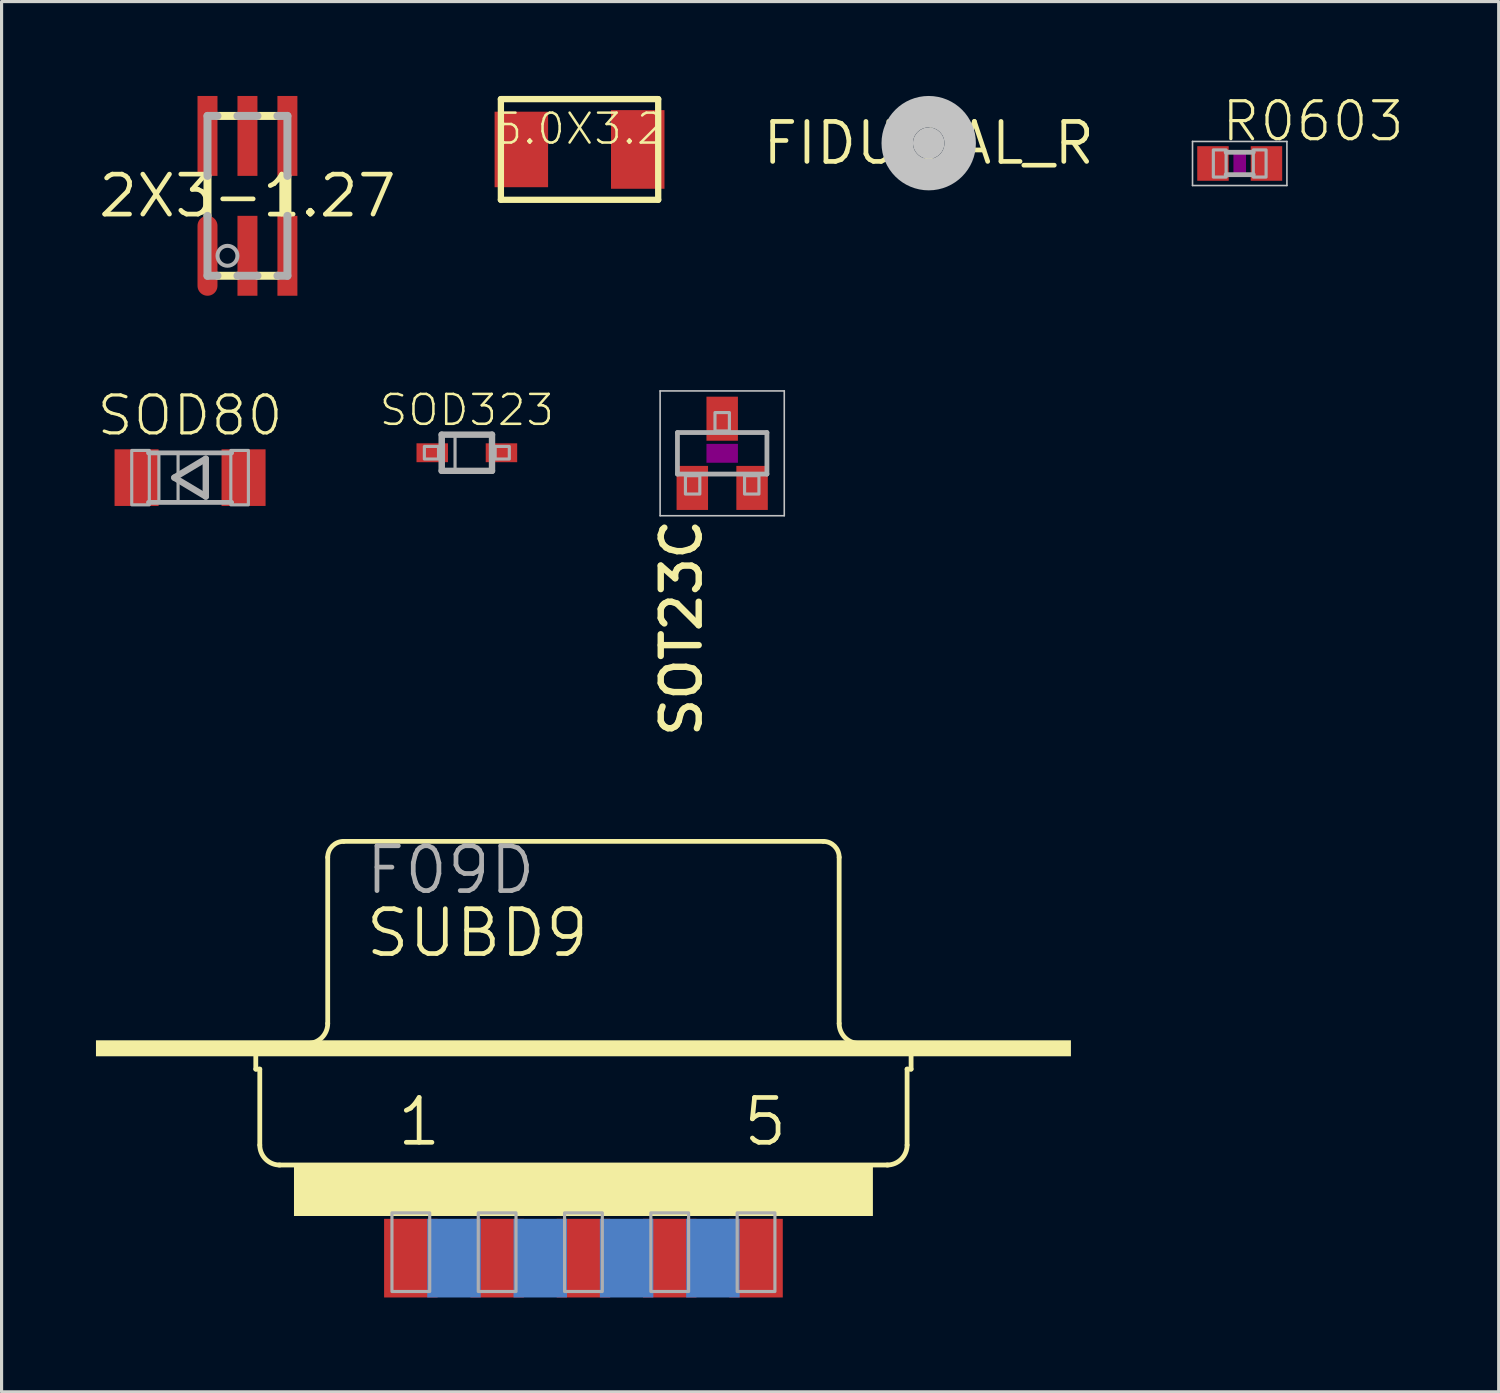
<source format=kicad_pcb>
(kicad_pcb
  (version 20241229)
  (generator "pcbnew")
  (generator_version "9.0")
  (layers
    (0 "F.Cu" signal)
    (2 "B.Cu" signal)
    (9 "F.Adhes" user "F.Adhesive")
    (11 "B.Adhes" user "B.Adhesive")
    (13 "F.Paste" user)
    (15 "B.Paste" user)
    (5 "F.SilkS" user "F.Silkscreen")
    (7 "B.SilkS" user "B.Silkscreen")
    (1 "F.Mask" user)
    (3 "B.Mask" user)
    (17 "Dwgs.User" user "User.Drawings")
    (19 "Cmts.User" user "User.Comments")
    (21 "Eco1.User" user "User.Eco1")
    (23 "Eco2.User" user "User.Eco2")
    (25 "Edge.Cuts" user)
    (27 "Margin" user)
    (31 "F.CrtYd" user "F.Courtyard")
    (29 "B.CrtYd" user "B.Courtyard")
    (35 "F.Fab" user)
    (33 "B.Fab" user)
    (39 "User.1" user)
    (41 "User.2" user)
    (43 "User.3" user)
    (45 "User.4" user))
  (footprint "SOD323"
    (layer "F.Cu")
    (at 11.788 11.34)
    (property "Reference" "SOD323" (at 0 -0.8 0) (layer "F.SilkS") (effects (font (size 0.95 0.95) (thickness 0.08)) (justify bottom)))
    (attr through_hole)
    (fp_line (start -0.8 -0.575) (end 0.8 -0.575) (stroke (width 0.203) (type solid)) (layer "F.Fab"))
    (fp_line (start -0.8 0.575) (end -0.8 -0.575) (stroke (width 0.203) (type solid)) (layer "F.Fab"))
    (fp_line (start 0.8 -0.575) (end 0.8 0.575) (stroke (width 0.203) (type solid)) (layer "F.Fab"))
    (fp_line (start 0.8 0.575) (end -0.8 0.575) (stroke (width 0.203) (type solid)) (layer "F.Fab"))
    (fp_poly (pts (xy -1.35 0.2) (xy -0.9 0.2) (xy -0.9 -0.2) (xy -1.35 -0.2)) (stroke (width 0.1) (type solid)) (fill no) (layer "F.Fab"))
    (fp_poly (pts (xy -0.75 0.575) (xy -0.375 0.575) (xy -0.375 -0.575) (xy -0.75 -0.575)) (stroke (width 0.1) (type solid)) (fill no) (layer "F.Fab"))
    (fp_poly (pts (xy 0.9 0.2) (xy 1.35 0.2) (xy 1.35 -0.2) (xy 0.9 -0.2)) (stroke (width 0.1) (type solid)) (fill no) (layer "F.Fab"))
    (pad "A" smd rect (at 1.1 0) (size 1 0.6) (layers "F.Cu" "F.Mask" "F.Paste"))
    (pad "C" smd rect (at -1.1 0) (size 1 0.6) (layers "F.Cu" "F.Mask" "F.Paste")))
  (footprint "R0603"
    (layer "F.Cu")
    (at 36.353 2.146)
    (property "Reference" "R0603" (at -0.635 -0.635 0) (layer "F.SilkS") (effects (font (size 1.206 1.206) (thickness 0.102)) (justify left bottom)))
    (attr through_hole)
    (fp_poly (pts (xy -0.2 0.4) (xy 0.2 0.4) (xy 0.2 -0.4) (xy -0.2 -0.4)) (stroke (width 0) (type solid)) (fill yes) (layer "F.Adhes"))
    (fp_line (start -1.5 -0.7) (end 1.5 -0.7) (stroke (width 0.051) (type solid)) (layer "Dwgs.User"))
    (fp_line (start -1.5 0.7) (end -1.5 -0.7) (stroke (width 0.051) (type solid)) (layer "Dwgs.User"))
    (fp_line (start 1.5 -0.7) (end 1.5 0.7) (stroke (width 0.051) (type solid)) (layer "Dwgs.User"))
    (fp_line (start 1.5 0.7) (end -1.5 0.7) (stroke (width 0.051) (type solid)) (layer "Dwgs.User"))
    (fp_line (start -0.432 0.356) (end 0.432 0.356) (stroke (width 0.152) (type solid)) (layer "F.Fab"))
    (fp_line (start 0.432 -0.356) (end -0.432 -0.356) (stroke (width 0.152) (type solid)) (layer "F.Fab"))
    (fp_poly (pts (xy -0.838 0.432) (xy -0.432 0.432) (xy -0.432 -0.432) (xy -0.838 -0.432)) (stroke (width 0.1) (type solid)) (fill no) (layer "F.Fab"))
    (fp_poly (pts (xy 0.432 0.432) (xy 0.838 0.432) (xy 0.838 -0.432) (xy 0.432 -0.432)) (stroke (width 0.1) (type solid)) (fill no) (layer "F.Fab"))
    (pad "1" smd rect (at -0.85 0) (size 1 1.1) (layers "F.Cu" "F.Mask" "F.Paste"))
    (pad "2" smd rect (at 0.85 0) (size 1 1.1) (layers "F.Cu" "F.Mask" "F.Paste")))
  (footprint "5.0X3.2"
    (layer "F.Cu")
    (at 15.37 1.7)
    (property "Reference" "5.0X3.2" (at 0 -0.1 0) (layer "F.SilkS") (effects (font (size 0.95 0.95) (thickness 0.08)) (justify bottom)))
    (attr through_hole)
    (fp_line (start -2.5 -1.6) (end -2.5 1.6) (stroke (width 0.2) (type solid)) (layer "F.SilkS"))
    (fp_line (start -2.5 1.6) (end 2.5 1.6) (stroke (width 0.2) (type solid)) (layer "F.SilkS"))
    (fp_line (start 2.5 -1.6) (end -2.5 -1.6) (stroke (width 0.2) (type solid)) (layer "F.SilkS"))
    (fp_line (start 2.5 1.6) (end 2.5 -1.6) (stroke (width 0.2) (type solid)) (layer "F.SilkS"))
    (pad "1" smd rect (at -1.85 0) (size 1.7 2.4) (layers "F.Cu" "F.Mask" "F.Paste"))
    (pad "2" smd rect (at 1.85 0) (size 1.7 2.5) (layers "F.Cu" "F.Mask" "F.Paste")))
  (footprint "FIDUCIAL_R"
    (layer "F.Cu")
    (at 26.468 1.5)
    (property "Reference" "FIDUCIAL_R" (at 0 0 0) (layer "F.SilkS") (effects (font (size 1.27 1.27) (thickness 0.15))))
    (attr through_hole)
    (fp_circle (center 0 0) (end 1.5 0) (stroke (width 0) (type solid)) (fill yes) (layer "F.Mask"))
    (fp_circle (center 0 0) (end 0.5 0) (stroke (width 0) (type solid)) (fill yes) (layer "Dwgs.User"))
    (fp_circle (center 0 0) (end 1 0) (stroke (width 1) (type solid)) (fill no) (layer "Dwgs.User")))
  (footprint "SOD80"
    (layer "F.Cu")
    (at 2.991 12.131)
    (property "Reference" "SOD80" (at 0 -1.27 0) (layer "F.SilkS") (effects (font (size 1.206 1.206) (thickness 0.102)) (justify bottom)))
    (attr through_hole)
    (fp_line (start -0.5 0) (end 0.5 0.6) (stroke (width 0.203) (type solid)) (layer "F.Fab"))
    (fp_line (start 0.5 -0.6) (end -0.5 0) (stroke (width 0.203) (type solid)) (layer "F.Fab"))
    (fp_line (start 0.5 0.6) (end 0.5 -0.6) (stroke (width 0.203) (type solid)) (layer "F.Fab"))
    (fp_line (start 1.321 -0.787) (end -1.321 -0.787) (stroke (width 0.152) (type solid)) (layer "F.Fab"))
    (fp_line (start 1.321 0.787) (end -1.321 0.787) (stroke (width 0.152) (type solid)) (layer "F.Fab"))
    (fp_poly (pts (xy -1.854 0.864) (xy -1.295 0.864) (xy -1.295 -0.864) (xy -1.854 -0.864)) (stroke (width 0.1) (type solid)) (fill no) (layer "F.Fab"))
    (fp_poly (pts (xy -0.991 0.787) (xy -0.381 0.787) (xy -0.381 -0.787) (xy -0.991 -0.787)) (stroke (width 0.1) (type solid)) (fill no) (layer "F.Fab"))
    (fp_poly (pts (xy 1.295 0.864) (xy 1.854 0.864) (xy 1.854 -0.864) (xy 1.295 -0.864)) (stroke (width 0.1) (type solid)) (fill no) (layer "F.Fab"))
    (pad "A" smd rect (at 1.7 0) (size 1.4 1.8) (layers "F.Cu" "F.Mask" "F.Paste"))
    (pad "C" smd rect (at -1.7 0) (size 1.4 1.8) (layers "F.Cu" "F.Mask" "F.Paste")))
  (footprint "SOT23C"
    (layer "F.Cu")
    (at 19.904 11.358)
    (property "Reference" "SOT23C" (at -2 2 90) (layer "F.SilkS") (effects (font (size 1.206 1.206) (thickness 0.203)) (justify right top)))
    (attr through_hole)
    (fp_poly (pts (xy -0.5 0.3) (xy 0.5 0.3) (xy 0.5 -0.3) (xy -0.5 -0.3)) (stroke (width 0) (type solid)) (fill yes) (layer "F.Adhes"))
    (fp_line (start -1.973 -1.983) (end 1.973 -1.983) (stroke (width 0.051) (type solid)) (layer "Dwgs.User"))
    (fp_line (start -1.973 1.983) (end -1.973 -1.983) (stroke (width 0.051) (type solid)) (layer "Dwgs.User"))
    (fp_line (start 1.973 -1.983) (end 1.973 1.983) (stroke (width 0.051) (type solid)) (layer "Dwgs.User"))
    (fp_line (start 1.973 1.983) (end -1.973 1.983) (stroke (width 0.051) (type solid)) (layer "Dwgs.User"))
    (fp_line (start -1.422 -0.66) (end 1.422 -0.66) (stroke (width 0.152) (type solid)) (layer "F.Fab"))
    (fp_line (start -1.422 0.66) (end -1.422 -0.66) (stroke (width 0.152) (type solid)) (layer "F.Fab"))
    (fp_line (start 1.422 -0.66) (end 1.422 0.66) (stroke (width 0.152) (type solid)) (layer "F.Fab"))
    (fp_line (start 1.422 0.66) (end -1.422 0.66) (stroke (width 0.152) (type solid)) (layer "F.Fab"))
    (fp_poly (pts (xy -1.168 1.295) (xy -0.711 1.295) (xy -0.711 0.711) (xy -1.168 0.711)) (stroke (width 0.1) (type solid)) (fill no) (layer "F.Fab"))
    (fp_poly (pts (xy -0.229 -0.711) (xy 0.229 -0.711) (xy 0.229 -1.295) (xy -0.229 -1.295)) (stroke (width 0.1) (type solid)) (fill no) (layer "F.Fab"))
    (fp_poly (pts (xy 0.711 1.295) (xy 1.168 1.295) (xy 1.168 0.711) (xy 0.711 0.711)) (stroke (width 0.1) (type solid)) (fill no) (layer "F.Fab"))
    (pad "1" smd rect (at -0.95 1.1) (size 1 1.4) (layers "F.Cu" "F.Mask" "F.Paste"))
    (pad "2" smd rect (at 0.95 1.1) (size 1 1.4) (layers "F.Cu" "F.Mask" "F.Paste"))
    (pad "3" smd rect (at 0 -1.1) (size 1 1.4) (layers "F.Cu" "F.Mask" "F.Paste")))
  (footprint "SUBD9"
    (layer "F.Cu")
    (at 15.494 31.439)
    (property "Reference" "SUBD9" (at -7 -4 0) (layer "F.SilkS") (effects (font (size 1.425 1.425) (thickness 0.15)) (justify left bottom)))
    (attr through_hole)
    (fp_line (start -10.414 -0.508) (end -10.414 -1.016) (stroke (width 0.152) (type solid)) (layer "F.SilkS"))
    (fp_line (start -10.414 -0.508) (end -10.287 -0.508) (stroke (width 0.152) (type solid)) (layer "F.SilkS"))
    (fp_line (start -10.287 1.905) (end -10.287 -0.508) (stroke (width 0.152) (type solid)) (layer "F.SilkS"))
    (fp_line (start -9.671 2.54) (end 9.671 2.54) (stroke (width 0.152) (type solid)) (layer "F.SilkS"))
    (fp_line (start -8.128 -1.959) (end -8.128 -7.239) (stroke (width 0.152) (type solid)) (layer "F.SilkS"))
    (fp_line (start -7.62 -7.747) (end 7.62 -7.747) (stroke (width 0.152) (type solid)) (layer "F.SilkS"))
    (fp_line (start 8.128 -1.959) (end 8.128 -7.239) (stroke (width 0.152) (type solid)) (layer "F.SilkS"))
    (fp_line (start 10.287 -0.508) (end 10.414 -0.508) (stroke (width 0.152) (type solid)) (layer "F.SilkS"))
    (fp_line (start 10.287 1.905) (end 10.287 -0.508) (stroke (width 0.152) (type solid)) (layer "F.SilkS"))
    (fp_line (start 10.414 -0.508) (end 10.414 -1.016) (stroke (width 0.152) (type solid)) (layer "F.SilkS"))
    (fp_arc (start -9.652 2.54) (mid -10.101013 2.354013) (end -10.287 1.905) (stroke (width 0.1524) (type solid)) (layer "F.SilkS"))
    (fp_arc (start -8.128 -7.239) (mid -7.97921 -7.59821) (end -7.62 -7.747) (stroke (width 0.1524) (type solid)) (layer "F.SilkS"))
    (fp_arc (start -8.128 -1.959) (mid -8.313987 -1.509987) (end -8.763 -1.324) (stroke (width 0.1524) (type solid)) (layer "F.SilkS"))
    (fp_arc (start 7.62 -7.747) (mid 7.97921 -7.59821) (end 8.128 -7.239) (stroke (width 0.1524) (type solid)) (layer "F.SilkS"))
    (fp_arc (start 8.763 -1.324) (mid 8.313987 -1.509987) (end 8.128 -1.959) (stroke (width 0.1524) (type solid)) (layer "F.SilkS"))
    (fp_arc (start 10.287 1.905) (mid 10.101013 2.354013) (end 9.652 2.54) (stroke (width 0.1524) (type solid)) (layer "F.SilkS"))
    (fp_poly (pts (xy -15.494 -0.916) (xy 15.494 -0.916) (xy 15.494 -1.424) (xy -15.494 -1.424)) (stroke (width 0) (type solid)) (fill yes) (layer "F.SilkS"))
    (fp_poly (pts (xy -9.2 4.16) (xy 9.2 4.16) (xy 9.2 2.56) (xy -9.2 2.56)) (stroke (width 0) (type solid)) (fill yes) (layer "F.SilkS"))
    (fp_poly (pts (xy -6.086 6.56) (xy -4.886 6.56) (xy -4.886 4.06) (xy -6.086 4.06)) (stroke (width 0.1) (type solid)) (fill no) (layer "F.Fab"))
    (fp_poly (pts (xy -3.343 6.56) (xy -2.143 6.56) (xy -2.143 4.06) (xy -3.343 4.06)) (stroke (width 0.1) (type solid)) (fill no) (layer "F.Fab"))
    (fp_poly (pts (xy -0.6 6.56) (xy 0.6 6.56) (xy 0.6 4.06) (xy -0.6 4.06)) (stroke (width 0.1) (type solid)) (fill no) (layer "F.Fab"))
    (fp_poly (pts (xy 2.143 6.56) (xy 3.343 6.56) (xy 3.343 4.06) (xy 2.143 4.06)) (stroke (width 0.1) (type solid)) (fill no) (layer "F.Fab"))
    (fp_poly (pts (xy 4.886 6.56) (xy 6.086 6.56) (xy 6.086 4.06) (xy 4.886 4.06)) (stroke (width 0.1) (type solid)) (fill no) (layer "F.Fab"))
    (fp_text user "5" (at 5 2 0) (layer "F.SilkS") (effects (font (size 1.425 1.425) (thickness 0.15)) (justify left bottom)))
    (fp_text user "1" (at -6 2 0) (layer "F.SilkS") (effects (font (size 1.425 1.425) (thickness 0.15)) (justify left bottom)))
    (fp_text user "F09D" (at -7 -6 0) (layer "F.Fab") (effects (font (size 1.425 1.425) (thickness 0.15)) (justify left bottom)))
    (pad "1" smd rect (at -5.486 5.5) (size 1.7 2.5) (layers "F.Cu" "F.Mask" "F.Paste"))
    (pad "2" smd rect (at -2.743 5.5) (size 1.7 2.5) (layers "F.Cu" "F.Mask" "F.Paste"))
    (pad "3" smd rect (at 0 5.5) (size 1.7 2.5) (layers "F.Cu" "F.Mask" "F.Paste"))
    (pad "4" smd rect (at 2.743 5.5) (size 1.7 2.5) (layers "F.Cu" "F.Mask" "F.Paste"))
    (pad "5" smd rect (at 5.486 5.5) (size 1.7 2.5) (layers "F.Cu" "F.Mask" "F.Paste"))
    (pad "6" smd rect (at -4.115 5.5) (size 1.7 2.5) (layers "B.Cu" "B.Mask" "B.Paste"))
    (pad "7" smd rect (at -1.372 5.5) (size 1.7 2.5) (layers "B.Cu" "B.Mask" "B.Paste"))
    (pad "8" smd rect (at 1.372 5.5) (size 1.7 2.5) (layers "B.Cu" "B.Mask" "B.Paste"))
    (pad "9" smd rect (at 4.115 5.5) (size 1.7 2.5) (layers "B.Cu" "B.Mask" "B.Paste")))
  (footprint "2X3-1.27"
    (layer "F.Cu")
    (at 4.815 3.175)
    (property "Reference" "2X3-1.27" (at 0 0 0) (layer "F.SilkS") (effects (font (size 1.27 1.27) (thickness 0.15))))
    (attr through_hole)
    (fp_line (start -1.27 -0.635) (end -1.27 0.635) (stroke (width 0.254) (type solid)) (layer "F.SilkS"))
    (fp_line (start -0.953 -2.54) (end -0.318 -2.54) (stroke (width 0.254) (type solid)) (layer "F.SilkS"))
    (fp_line (start -0.953 2.54) (end -0.318 2.54) (stroke (width 0.254) (type solid)) (layer "F.SilkS"))
    (fp_line (start 0.318 -2.54) (end 0.953 -2.54) (stroke (width 0.254) (type solid)) (layer "F.SilkS"))
    (fp_line (start 0.318 2.54) (end 0.953 2.54) (stroke (width 0.254) (type solid)) (layer "F.SilkS"))
    (fp_line (start 1.27 -0.635) (end 1.27 0.635) (stroke (width 0.254) (type solid)) (layer "F.SilkS"))
    (fp_line (start -1.27 -2.54) (end -1.27 -0.635) (stroke (width 0.254) (type solid)) (layer "F.Fab"))
    (fp_line (start -1.27 0.635) (end -1.27 2.54) (stroke (width 0.254) (type solid)) (layer "F.Fab"))
    (fp_line (start -1.27 2.54) (end -0.953 2.54) (stroke (width 0.254) (type solid)) (layer "F.Fab"))
    (fp_line (start -0.953 -2.54) (end -1.27 -2.54) (stroke (width 0.254) (type solid)) (layer "F.Fab"))
    (fp_line (start -0.318 2.54) (end 0.318 2.54) (stroke (width 0.254) (type solid)) (layer "F.Fab"))
    (fp_line (start 0.318 -2.54) (end -0.318 -2.54) (stroke (width 0.254) (type solid)) (layer "F.Fab"))
    (fp_line (start 0.953 -2.54) (end 1.27 -2.54) (stroke (width 0.254) (type solid)) (layer "F.Fab"))
    (fp_line (start 0.953 2.54) (end 1.27 2.54) (stroke (width 0.254) (type solid)) (layer "F.Fab"))
    (fp_line (start 1.27 -0.635) (end 1.27 -2.54) (stroke (width 0.254) (type solid)) (layer "F.Fab"))
    (fp_line (start 1.27 2.54) (end 1.27 0.635) (stroke (width 0.254) (type solid)) (layer "F.Fab"))
    (fp_circle (center -0.635 1.905) (end -0.318 1.905) (stroke (width 0.127) (type solid)) (fill no) (layer "F.Fab"))
    (pad "1" smd oval (at -1.27 1.905 180) (size 0.635 2.54) (layers "F.Cu" "F.Mask" "F.Paste"))
    (pad "2" smd rect (at -1.27 -1.905 180) (size 0.635 2.54) (layers "F.Cu" "F.Mask" "F.Paste"))
    (pad "3" smd rect (at 0 1.905 180) (size 0.635 2.54) (layers "F.Cu" "F.Mask" "F.Paste"))
    (pad "4" smd rect (at 0 -1.905) (size 0.635 2.54) (layers "F.Cu" "F.Mask" "F.Paste"))
    (pad "5" smd rect (at 1.27 1.905 180) (size 0.635 2.54) (layers "F.Cu" "F.Mask" "F.Paste"))
    (pad "6" smd rect (at 1.27 -1.905 180) (size 0.635 2.54) (layers "F.Cu" "F.Mask" "F.Paste")))
  (gr_rect
    (start -3 -3)
    (end 44.584 41.189)
    (stroke (width 0.1) (type default))
    (fill no)
    (layer "Edge.Cuts")))
</source>
